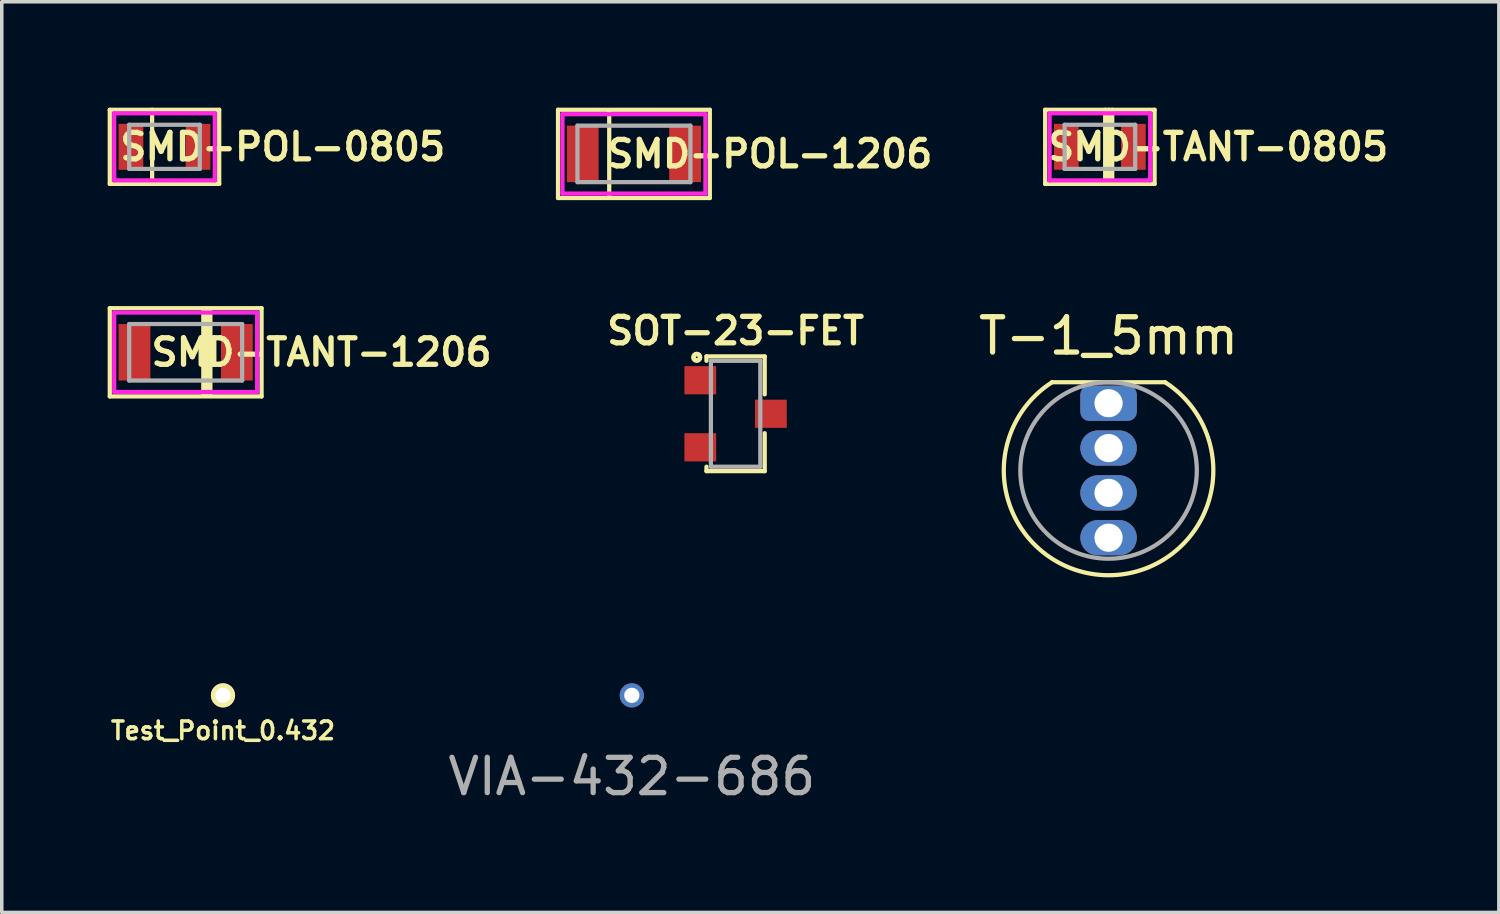
<source format=kicad_pcb>
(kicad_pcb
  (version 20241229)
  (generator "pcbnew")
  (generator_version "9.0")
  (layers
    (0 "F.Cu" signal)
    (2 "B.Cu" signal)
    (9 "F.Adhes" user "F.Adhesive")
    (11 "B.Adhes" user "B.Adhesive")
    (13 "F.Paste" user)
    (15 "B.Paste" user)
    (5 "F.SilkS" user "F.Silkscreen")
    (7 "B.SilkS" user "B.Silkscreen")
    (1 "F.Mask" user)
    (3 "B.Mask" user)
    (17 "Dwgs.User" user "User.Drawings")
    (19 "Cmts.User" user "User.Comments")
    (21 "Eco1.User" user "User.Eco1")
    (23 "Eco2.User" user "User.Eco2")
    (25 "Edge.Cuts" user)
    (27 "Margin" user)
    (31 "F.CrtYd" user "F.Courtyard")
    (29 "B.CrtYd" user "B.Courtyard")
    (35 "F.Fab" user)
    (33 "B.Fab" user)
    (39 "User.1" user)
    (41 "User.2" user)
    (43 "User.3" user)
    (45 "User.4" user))
  (footprint "SMD-POL-0805"
    (layer "F.Cu")
    (at 1.61 1.11)
    (property "Reference" "SMD-POL-0805" (at 3.35 0 0) (layer "F.SilkS") (effects (font (size 0.75 0.75) (thickness 0.15))))
    (attr smd)
    (fp_line (start -1.55 -1.05) (end 1.55 -1.05) (stroke (width 0.12) (type solid)) (layer "F.SilkS"))
    (fp_line (start -1.55 1.05) (end -1.55 -1.05) (stroke (width 0.12) (type solid)) (layer "F.SilkS"))
    (fp_line (start -0.35 -1.05) (end -0.35 1.05) (stroke (width 0.12) (type solid)) (layer "F.SilkS"))
    (fp_line (start 1.55 -1.05) (end 1.55 1.05) (stroke (width 0.12) (type solid)) (layer "F.SilkS"))
    (fp_line (start 1.55 1.05) (end -1.55 1.05) (stroke (width 0.12) (type solid)) (layer "F.SilkS"))
    (fp_line (start -1.425 -0.95) (end -1.425 0.95) (stroke (width 0.12) (type solid)) (layer "F.CrtYd"))
    (fp_line (start -1.425 -0.95) (end 1.425 -0.95) (stroke (width 0.12) (type solid)) (layer "F.CrtYd"))
    (fp_line (start -1.425 0.95) (end 1.425 0.95) (stroke (width 0.12) (type solid)) (layer "F.CrtYd"))
    (fp_line (start 1.425 -0.95) (end 1.425 0.95) (stroke (width 0.12) (type solid)) (layer "F.CrtYd"))
    (fp_line (start -1 -0.625) (end 1 -0.625) (stroke (width 0.12) (type solid)) (layer "F.Fab"))
    (fp_line (start -1 0.625) (end -1 -0.625) (stroke (width 0.12) (type solid)) (layer "F.Fab"))
    (fp_line (start 1 -0.625) (end 1 0.625) (stroke (width 0.12) (type solid)) (layer "F.Fab"))
    (fp_line (start 1 0.625) (end -1 0.625) (stroke (width 0.12) (type solid)) (layer "F.Fab"))
    (pad "1" smd roundrect (at -0.95 0) (size 0.7 1.3) (layers "F.Cu" "F.Mask" "F.Paste") (roundrect_rratio 0.001))
    (pad "2" smd roundrect (at 0.95 0) (size 0.7 1.3) (layers "F.Cu" "F.Mask" "F.Paste") (roundrect_rratio 0.001)))
  (footprint "SMD-TANT-1206"
    (layer "F.Cu")
    (at 2.21 6.93)
    (property "Reference" "SMD-TANT-1206" (at 3.85 0 0) (layer "F.SilkS") (effects (font (size 0.75 0.75) (thickness 0.15))))
    (attr smd)
    (fp_line (start -2.15 -1.25) (end 2.15 -1.25) (stroke (width 0.12) (type solid)) (layer "F.SilkS"))
    (fp_line (start -2.15 1.25) (end -2.15 -1.25) (stroke (width 0.12) (type solid)) (layer "F.SilkS"))
    (fp_line (start 0.5 -1.2) (end 0.5 1.2) (stroke (width 0.12) (type solid)) (layer "F.SilkS"))
    (fp_line (start 0.6 1.2) (end 0.6 -1.2) (stroke (width 0.12) (type solid)) (layer "F.SilkS"))
    (fp_line (start 0.7 -1.2) (end 0.7 1.2) (stroke (width 0.12) (type solid)) (layer "F.SilkS"))
    (fp_line (start 2.15 -1.25) (end 2.15 1.25) (stroke (width 0.12) (type solid)) (layer "F.SilkS"))
    (fp_line (start 2.15 1.25) (end -2.15 1.25) (stroke (width 0.12) (type solid)) (layer "F.SilkS"))
    (fp_line (start -2.025 -1.125) (end -2.025 1.125) (stroke (width 0.12) (type solid)) (layer "F.CrtYd"))
    (fp_line (start -2.025 -1.125) (end 2.025 -1.125) (stroke (width 0.12) (type solid)) (layer "F.CrtYd"))
    (fp_line (start -2.025 1.125) (end 2.025 1.125) (stroke (width 0.12) (type solid)) (layer "F.CrtYd"))
    (fp_line (start 2.025 -1.125) (end 2.025 1.125) (stroke (width 0.12) (type solid)) (layer "F.CrtYd"))
    (fp_line (start -1.6 -0.8) (end -1.6 0.8) (stroke (width 0.12) (type solid)) (layer "F.Fab"))
    (fp_line (start -1.6 0.8) (end 1.6 0.8) (stroke (width 0.12) (type solid)) (layer "F.Fab"))
    (fp_line (start 1.6 -0.8) (end -1.6 -0.8) (stroke (width 0.12) (type solid)) (layer "F.Fab"))
    (fp_line (start 1.6 0.8) (end 1.6 -0.8) (stroke (width 0.12) (type solid)) (layer "F.Fab"))
    (pad "1" smd roundrect (at -1.45 0) (size 0.9 1.6) (layers "F.Cu" "F.Mask" "F.Paste") (roundrect_rratio 0.001))
    (pad "2" smd roundrect (at 1.45 0) (size 0.9 1.6) (layers "F.Cu" "F.Mask" "F.Paste") (roundrect_rratio 0.001)))
  (footprint "SMD-POL-1206"
    (layer "F.Cu")
    (at 14.909 1.31)
    (property "Reference" "SMD-POL-1206" (at 3.85 0 0) (layer "F.SilkS") (effects (font (size 0.75 0.75) (thickness 0.15))))
    (attr smd)
    (fp_line (start -2.15 -1.25) (end 2.15 -1.25) (stroke (width 0.12) (type solid)) (layer "F.SilkS"))
    (fp_line (start -2.15 1.25) (end -2.15 -1.25) (stroke (width 0.12) (type solid)) (layer "F.SilkS"))
    (fp_line (start -0.7 -1.2) (end -0.7 1.2) (stroke (width 0.12) (type solid)) (layer "F.SilkS"))
    (fp_line (start 2.15 -1.25) (end 2.15 1.25) (stroke (width 0.12) (type solid)) (layer "F.SilkS"))
    (fp_line (start 2.15 1.25) (end -2.15 1.25) (stroke (width 0.12) (type solid)) (layer "F.SilkS"))
    (fp_line (start -2.025 -1.125) (end -2.025 1.125) (stroke (width 0.12) (type solid)) (layer "F.CrtYd"))
    (fp_line (start -2.025 -1.125) (end 2.025 -1.125) (stroke (width 0.12) (type solid)) (layer "F.CrtYd"))
    (fp_line (start -2.025 1.125) (end 2.025 1.125) (stroke (width 0.12) (type solid)) (layer "F.CrtYd"))
    (fp_line (start 2.025 -1.125) (end 2.025 1.125) (stroke (width 0.12) (type solid)) (layer "F.CrtYd"))
    (fp_line (start -1.6 -0.8) (end -1.6 0.8) (stroke (width 0.12) (type solid)) (layer "F.Fab"))
    (fp_line (start -1.6 0.8) (end 1.6 0.8) (stroke (width 0.12) (type solid)) (layer "F.Fab"))
    (fp_line (start 1.6 -0.8) (end -1.6 -0.8) (stroke (width 0.12) (type solid)) (layer "F.Fab"))
    (fp_line (start 1.6 0.8) (end 1.6 -0.8) (stroke (width 0.12) (type solid)) (layer "F.Fab"))
    (pad "1" smd roundrect (at -1.45 0) (size 0.9 1.6) (layers "F.Cu" "F.Mask" "F.Paste") (roundrect_rratio 0.001))
    (pad "2" smd roundrect (at 1.45 0) (size 0.9 1.6) (layers "F.Cu" "F.Mask" "F.Paste") (roundrect_rratio 0.001)))
  (footprint "T-1_5mm"
    (layer "F.Cu")
    (at 28.355 10.278)
    (property "Reference" "T-1_5mm" (at 0 -3.81 0) (layer "F.SilkS") (effects (font (size 1 1) (thickness 0.15))))
    (attr through_hole)
    (fp_line (start -1.6 -2.5) (end 1.6 -2.5) (stroke (width 0.12) (type solid)) (layer "F.SilkS"))
    (fp_arc (start 1.6 -2.5) (mid -0.006177 2.968158) (end -1.58958 -2.506638) (stroke (width 0.12) (type solid)) (layer "F.SilkS"))
    (fp_circle (center 0 0) (end 2.5 0) (stroke (width 0.12) (type solid)) (fill no) (layer "F.Fab"))
    (pad "1" thru_hole roundrect (at 0 -1.905) (size 1.6 1) (drill 0.8) (layers "*.Cu" "*.Mask") (roundrect_rratio 0.25))
    (pad "2" thru_hole oval (at 0 -0.635) (size 1.6 1) (drill 0.8) (layers "*.Cu" "*.Mask"))
    (pad "3" thru_hole oval (at 0 0.635) (size 1.6 1) (drill 0.8) (layers "*.Cu" "*.Mask"))
    (pad "4" thru_hole oval (at 0 1.905) (size 1.6 1) (drill 0.8) (layers "*.Cu" "*.Mask")))
  (footprint "SMD-TANT-0805"
    (layer "F.Cu")
    (at 28.109 1.11)
    (property "Reference" "SMD-TANT-0805" (at 3.35 0 0) (layer "F.SilkS") (effects (font (size 0.75 0.75) (thickness 0.15))))
    (attr smd)
    (fp_line (start -1.55 -1.05) (end 1.55 -1.05) (stroke (width 0.12) (type solid)) (layer "F.SilkS"))
    (fp_line (start -1.55 1.05) (end -1.55 -1.05) (stroke (width 0.12) (type solid)) (layer "F.SilkS"))
    (fp_line (start 0.15 -1.05) (end 0.15 1.05) (stroke (width 0.12) (type solid)) (layer "F.SilkS"))
    (fp_line (start 0.25 1.05) (end 0.25 -1.05) (stroke (width 0.12) (type solid)) (layer "F.SilkS"))
    (fp_line (start 0.35 -1.05) (end 0.35 1.05) (stroke (width 0.12) (type solid)) (layer "F.SilkS"))
    (fp_line (start 1.55 -1.05) (end 1.55 1.05) (stroke (width 0.12) (type solid)) (layer "F.SilkS"))
    (fp_line (start 1.55 1.05) (end -1.55 1.05) (stroke (width 0.12) (type solid)) (layer "F.SilkS"))
    (fp_line (start -1.425 -0.95) (end -1.425 0.95) (stroke (width 0.12) (type solid)) (layer "F.CrtYd"))
    (fp_line (start -1.425 -0.95) (end 1.425 -0.95) (stroke (width 0.12) (type solid)) (layer "F.CrtYd"))
    (fp_line (start -1.425 0.95) (end 1.425 0.95) (stroke (width 0.12) (type solid)) (layer "F.CrtYd"))
    (fp_line (start 1.425 -0.95) (end 1.425 0.95) (stroke (width 0.12) (type solid)) (layer "F.CrtYd"))
    (fp_line (start -1 -0.625) (end 1 -0.625) (stroke (width 0.12) (type solid)) (layer "F.Fab"))
    (fp_line (start -1 0.625) (end -1 -0.625) (stroke (width 0.12) (type solid)) (layer "F.Fab"))
    (fp_line (start 1 -0.625) (end 1 0.625) (stroke (width 0.12) (type solid)) (layer "F.Fab"))
    (fp_line (start 1 0.625) (end -1 0.625) (stroke (width 0.12) (type solid)) (layer "F.Fab"))
    (pad "1" smd roundrect (at -0.95 0) (size 0.7 1.3) (layers "F.Cu" "F.Mask" "F.Paste") (roundrect_rratio 0.001))
    (pad "2" smd roundrect (at 0.95 0) (size 0.7 1.3) (layers "F.Cu" "F.Mask" "F.Paste") (roundrect_rratio 0.001)))
  (footprint "SOT-23-FET"
    (layer "F.Cu")
    (at 17.789 8.672)
    (property "Reference" "SOT-23-FET" (at 0 -2.35 0) (layer "F.SilkS") (effects (font (size 0.75 0.75) (thickness 0.15))))
    (attr smd)
    (fp_line (start -0.825 -1.5) (end -0.825 -1.625) (stroke (width 0.12) (type solid)) (layer "F.SilkS"))
    (fp_line (start -0.825 1.625) (end -0.825 1.5) (stroke (width 0.12) (type solid)) (layer "F.SilkS"))
    (fp_line (start 0.825 -1.625) (end -0.825 -1.625) (stroke (width 0.12) (type solid)) (layer "F.SilkS"))
    (fp_line (start 0.825 -1.625) (end 0.825 -0.55) (stroke (width 0.12) (type solid)) (layer "F.SilkS"))
    (fp_line (start 0.825 1.625) (end -0.825 1.625) (stroke (width 0.12) (type solid)) (layer "F.SilkS"))
    (fp_line (start 0.825 1.625) (end 0.825 0.55) (stroke (width 0.12) (type solid)) (layer "F.SilkS"))
    (fp_circle (center -1.1 -1.6) (end -1.075 -1.6) (stroke (width 0.12) (type solid)) (fill no) (layer "F.SilkS"))
    (fp_circle (center -1.1 -1.6) (end -1 -1.6) (stroke (width 0.12) (type solid)) (fill no) (layer "F.SilkS"))
    (fp_line (start -0.7 -1.5) (end 0.7 -1.5) (stroke (width 0.12) (type solid)) (layer "F.Fab"))
    (fp_line (start -0.7 1.5) (end -0.7 -1.5) (stroke (width 0.12) (type solid)) (layer "F.Fab"))
    (fp_line (start 0.7 -1.5) (end 0.7 1.5) (stroke (width 0.12) (type solid)) (layer "F.Fab"))
    (fp_line (start 0.7 1.5) (end -0.7 1.5) (stroke (width 0.12) (type solid)) (layer "F.Fab"))
    (pad "D" smd roundrect (at 1 0 270) (size 0.8 0.9) (layers "F.Cu" "F.Mask" "F.Paste") (roundrect_rratio 0.001))
    (pad "G" smd roundrect (at -1 -0.95 270) (size 0.8 0.9) (layers "F.Cu" "F.Mask" "F.Paste") (roundrect_rratio 0.001))
    (pad "S" smd roundrect (at -1 0.95 270) (size 0.8 0.9) (layers "F.Cu" "F.Mask" "F.Paste") (roundrect_rratio 0.001)))
  (footprint "Test_Point_0.432"
    (layer "F.Cu")
    (at 3.267 16.649)
    (property "Reference" "Test_Point_0.432" (at 0 1 0) (layer "F.SilkS") (effects (font (size 0.5 0.5) (thickness 0.1))))
    (attr exclude_from_pos_files exclude_from_bom)
    (pad "1" thru_hole circle (at 0 0) (size 0.686 0.686) (drill 0.432) (layers "*.Cu" "*.Mask" "F.SilkS")))
  (footprint "VIA-432-686"
    (layer "F.Cu")
    (at 14.849 16.649)
    (property "Reference" "VIA-432-686" (at 0 2.3 0) (layer "F.Fab") (effects (font (size 1 1) (thickness 0.15))))
    (attr through_hole)
    (pad "1" thru_hole circle (at 0 0) (size 0.686 0.686) (drill 0.432) (layers "*.Cu")))
  (gr_rect
    (start -3 -3)
    (end 39.412 22.798)
    (stroke (width 0.1) (type default))
    (fill no)
    (layer "Edge.Cuts")))
</source>
